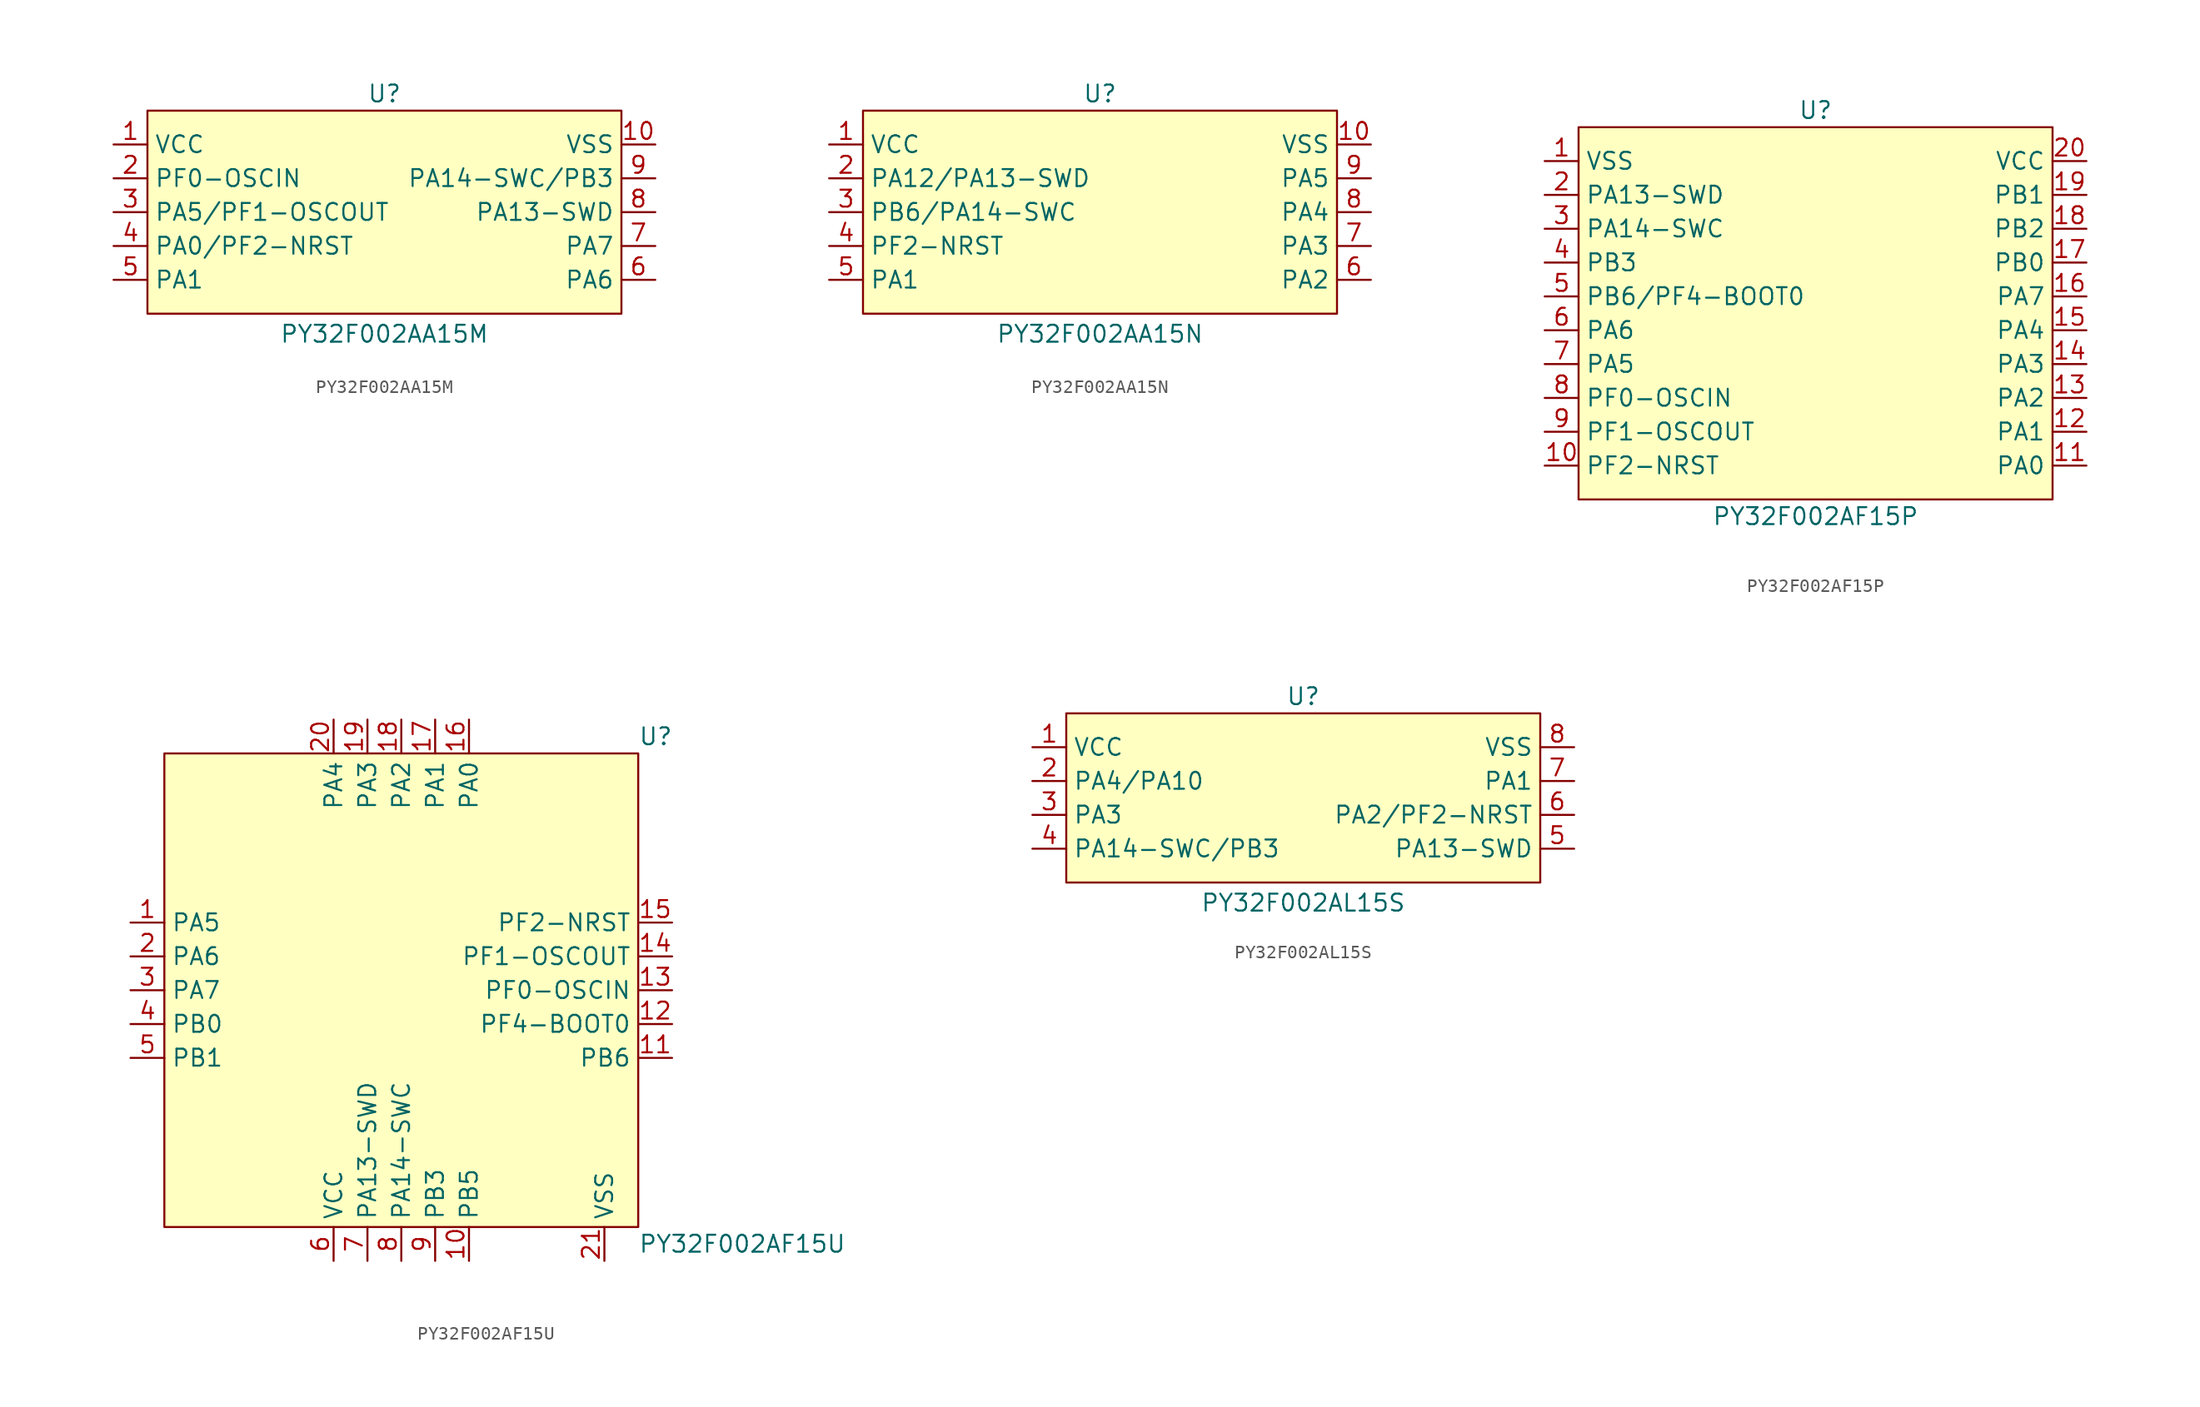
<source format=kicad_sym>
(kicad_symbol_lib
  (version 20241209)
  (generator "kicad_symbol_editor")
  (generator_version "9.0")
  (symbol "PY32F002AA15M"
    (property "Reference" "U"
      (at 0 8.89 0)
      (effects (font (size 1.27 1.27))))
    (property "Value" "PY32F002AA15M"
      (at 0 -9.144 0)
      (effects (font (size 1.27 1.27))))
    (symbol "PY32F002AA15M_0_0"
      (pin unspecified line (at -20.32 5.08 0) (length 2.54) (name "VCC" (effects (font (size 1.27 1.27)))) (number "1" (effects (font (size 1.27 1.27)))))
      (pin unspecified line (at -20.32 2.54 0) (length 2.54) (name "PF0-OSCIN" (effects (font (size 1.27 1.27)))) (number "2" (effects (font (size 1.27 1.27)))))
      (pin unspecified line (at -20.32 0 0) (length 2.54) (name "PA5/PF1-OSCOUT" (effects (font (size 1.27 1.27)))) (number "3" (effects (font (size 1.27 1.27)))))
      (pin unspecified line (at -20.32 -2.54 0) (length 2.54) (name "PA0/PF2-NRST" (effects (font (size 1.27 1.27)))) (number "4" (effects (font (size 1.27 1.27)))))
      (pin unspecified line (at -20.32 -5.08 0) (length 2.54) (name "PA1" (effects (font (size 1.27 1.27)))) (number "5" (effects (font (size 1.27 1.27)))))
      (pin unspecified line (at 20.32 5.08 180) (length 2.54) (name "VSS" (effects (font (size 1.27 1.27)))) (number "10" (effects (font (size 1.27 1.27)))))
      (pin unspecified line (at 20.32 2.54 180) (length 2.54) (name "PA14-SWC/PB3" (effects (font (size 1.27 1.27)))) (number "9" (effects (font (size 1.27 1.27)))))
      (pin unspecified line (at 20.32 0 180) (length 2.54) (name "PA13-SWD" (effects (font (size 1.27 1.27)))) (number "8" (effects (font (size 1.27 1.27)))))
      (pin unspecified line (at 20.32 -2.54 180) (length 2.54) (name "PA7" (effects (font (size 1.27 1.27)))) (number "7" (effects (font (size 1.27 1.27)))))
      (pin unspecified line (at 20.32 -5.08 180) (length 2.54) (name "PA6" (effects (font (size 1.27 1.27)))) (number "6" (effects (font (size 1.27 1.27))))))
    (symbol "PY32F002AA15M_1_1"
      (rectangle (start -17.78 7.62) (end 17.78 -7.62) (stroke (width 0) (type solid)) (fill (type background)))))
  (symbol "PY32F002AA15N"
    (property "Reference" "U"
      (at 0 8.89 0)
      (effects (font (size 1.27 1.27))))
    (property "Value" "PY32F002AA15N"
      (at 0 -9.144 0)
      (effects (font (size 1.27 1.27))))
    (symbol "PY32F002AA15N_0_0"
      (pin unspecified line (at -20.32 5.08 0) (length 2.54) (name "VCC" (effects (font (size 1.27 1.27)))) (number "1" (effects (font (size 1.27 1.27)))))
      (pin unspecified line (at -20.32 2.54 0) (length 2.54) (name "PA12/PA13-SWD" (effects (font (size 1.27 1.27)))) (number "2" (effects (font (size 1.27 1.27)))))
      (pin unspecified line (at -20.32 0 0) (length 2.54) (name "PB6/PA14-SWC" (effects (font (size 1.27 1.27)))) (number "3" (effects (font (size 1.27 1.27)))))
      (pin unspecified line (at -20.32 -2.54 0) (length 2.54) (name "PF2-NRST" (effects (font (size 1.27 1.27)))) (number "4" (effects (font (size 1.27 1.27)))))
      (pin unspecified line (at -20.32 -5.08 0) (length 2.54) (name "PA1" (effects (font (size 1.27 1.27)))) (number "5" (effects (font (size 1.27 1.27)))))
      (pin unspecified line (at 20.32 5.08 180) (length 2.54) (name "VSS" (effects (font (size 1.27 1.27)))) (number "10" (effects (font (size 1.27 1.27)))))
      (pin unspecified line (at 20.32 2.54 180) (length 2.54) (name "PA5" (effects (font (size 1.27 1.27)))) (number "9" (effects (font (size 1.27 1.27)))))
      (pin unspecified line (at 20.32 0 180) (length 2.54) (name "PA4" (effects (font (size 1.27 1.27)))) (number "8" (effects (font (size 1.27 1.27)))))
      (pin unspecified line (at 20.32 -2.54 180) (length 2.54) (name "PA3" (effects (font (size 1.27 1.27)))) (number "7" (effects (font (size 1.27 1.27)))))
      (pin unspecified line (at 20.32 -5.08 180) (length 2.54) (name "PA2" (effects (font (size 1.27 1.27)))) (number "6" (effects (font (size 1.27 1.27))))))
    (symbol "PY32F002AA15N_1_1"
      (rectangle (start -17.78 7.62) (end 17.78 -7.62) (stroke (width 0) (type solid)) (fill (type background)))))
  (symbol "PY32F002AF15P"
    (property "Reference" "U"
      (at 0 15.24 0)
      (effects (font (size 1.27 1.27))))
    (property "Value" "PY32F002AF15P"
      (at 0 -15.24 0)
      (effects (font (size 1.27 1.27))))
    (symbol "PY32F002AF15P_0_0"
      (pin unspecified line (at -20.32 11.43 0) (length 2.54) (name "VSS" (effects (font (size 1.27 1.27)))) (number "1" (effects (font (size 1.27 1.27)))))
      (pin unspecified line (at -20.32 8.89 0) (length 2.54) (name "PA13-SWD" (effects (font (size 1.27 1.27)))) (number "2" (effects (font (size 1.27 1.27)))))
      (pin unspecified line (at -20.32 6.35 0) (length 2.54) (name "PA14-SWC" (effects (font (size 1.27 1.27)))) (number "3" (effects (font (size 1.27 1.27)))))
      (pin unspecified line (at -20.32 3.81 0) (length 2.54) (name "PB3" (effects (font (size 1.27 1.27)))) (number "4" (effects (font (size 1.27 1.27)))))
      (pin unspecified line (at -20.32 1.27 0) (length 2.54) (name "PB6/PF4-BOOT0" (effects (font (size 1.27 1.27)))) (number "5" (effects (font (size 1.27 1.27)))))
      (pin unspecified line (at -20.32 -1.27 0) (length 2.54) (name "PA6" (effects (font (size 1.27 1.27)))) (number "6" (effects (font (size 1.27 1.27)))))
      (pin unspecified line (at -20.32 -3.81 0) (length 2.54) (name "PA5" (effects (font (size 1.27 1.27)))) (number "7" (effects (font (size 1.27 1.27)))))
      (pin unspecified line (at -20.32 -6.35 0) (length 2.54) (name "PF0-OSCIN" (effects (font (size 1.27 1.27)))) (number "8" (effects (font (size 1.27 1.27)))))
      (pin unspecified line (at -20.32 -8.89 0) (length 2.54) (name "PF1-OSCOUT" (effects (font (size 1.27 1.27)))) (number "9" (effects (font (size 1.27 1.27)))))
      (pin unspecified line (at -20.32 -11.43 0) (length 2.54) (name "PF2-NRST" (effects (font (size 1.27 1.27)))) (number "10" (effects (font (size 1.27 1.27)))))
      (pin unspecified line (at 20.32 11.43 180) (length 2.54) (name "VCC" (effects (font (size 1.27 1.27)))) (number "20" (effects (font (size 1.27 1.27)))))
      (pin unspecified line (at 20.32 8.89 180) (length 2.54) (name "PB1" (effects (font (size 1.27 1.27)))) (number "19" (effects (font (size 1.27 1.27)))))
      (pin unspecified line (at 20.32 6.35 180) (length 2.54) (name "PB2" (effects (font (size 1.27 1.27)))) (number "18" (effects (font (size 1.27 1.27)))))
      (pin unspecified line (at 20.32 3.81 180) (length 2.54) (name "PB0" (effects (font (size 1.27 1.27)))) (number "17" (effects (font (size 1.27 1.27)))))
      (pin unspecified line (at 20.32 1.27 180) (length 2.54) (name "PA7" (effects (font (size 1.27 1.27)))) (number "16" (effects (font (size 1.27 1.27)))))
      (pin unspecified line (at 20.32 -1.27 180) (length 2.54) (name "PA4" (effects (font (size 1.27 1.27)))) (number "15" (effects (font (size 1.27 1.27)))))
      (pin unspecified line (at 20.32 -3.81 180) (length 2.54) (name "PA3" (effects (font (size 1.27 1.27)))) (number "14" (effects (font (size 1.27 1.27)))))
      (pin unspecified line (at 20.32 -6.35 180) (length 2.54) (name "PA2" (effects (font (size 1.27 1.27)))) (number "13" (effects (font (size 1.27 1.27)))))
      (pin unspecified line (at 20.32 -8.89 180) (length 2.54) (name "PA1" (effects (font (size 1.27 1.27)))) (number "12" (effects (font (size 1.27 1.27)))))
      (pin unspecified line (at 20.32 -11.43 180) (length 2.54) (name "PA0" (effects (font (size 1.27 1.27)))) (number "11" (effects (font (size 1.27 1.27))))))
    (symbol "PY32F002AF15P_1_1"
      (rectangle (start -17.78 13.97) (end 17.78 -13.97) (stroke (width 0) (type solid)) (fill (type background)))))
  (symbol "PY32F002AF15U"
    (property "Reference" "U"
      (at 17.78 19.05 0)
      (effects (font (size 1.27 1.27)) (justify left)))
    (property "Value" "PY32F002AF15U"
      (at 17.78 -19.05 0)
      (effects (font (size 1.27 1.27)) (justify left)))
    (symbol "PY32F002AF15U_0_0"
      (pin unspecified line (at -20.32 5.08 0) (length 2.54) (name "PA5" (effects (font (size 1.27 1.27)))) (number "1" (effects (font (size 1.27 1.27)))))
      (pin unspecified line (at -20.32 2.54 0) (length 2.54) (name "PA6" (effects (font (size 1.27 1.27)))) (number "2" (effects (font (size 1.27 1.27)))))
      (pin unspecified line (at -20.32 0 0) (length 2.54) (name "PA7" (effects (font (size 1.27 1.27)))) (number "3" (effects (font (size 1.27 1.27)))))
      (pin unspecified line (at -20.32 -2.54 0) (length 2.54) (name "PB0" (effects (font (size 1.27 1.27)))) (number "4" (effects (font (size 1.27 1.27)))))
      (pin unspecified line (at -20.32 -5.08 0) (length 2.54) (name "PB1" (effects (font (size 1.27 1.27)))) (number "5" (effects (font (size 1.27 1.27)))))
      (pin unspecified line (at -5.08 20.32 270) (length 2.54) (name "PA4" (effects (font (size 1.27 1.27)))) (number "20" (effects (font (size 1.27 1.27)))))
      (pin unspecified line (at -5.08 -20.32 90) (length 2.54) (name "VCC" (effects (font (size 1.27 1.27)))) (number "6" (effects (font (size 1.27 1.27)))))
      (pin unspecified line (at -2.54 20.32 270) (length 2.54) (name "PA3" (effects (font (size 1.27 1.27)))) (number "19" (effects (font (size 1.27 1.27)))))
      (pin unspecified line (at -2.54 -20.32 90) (length 2.54) (name "PA13-SWD" (effects (font (size 1.27 1.27)))) (number "7" (effects (font (size 1.27 1.27)))))
      (pin unspecified line (at 0 20.32 270) (length 2.54) (name "PA2" (effects (font (size 1.27 1.27)))) (number "18" (effects (font (size 1.27 1.27)))))
      (pin unspecified line (at 0 -20.32 90) (length 2.54) (name "PA14-SWC" (effects (font (size 1.27 1.27)))) (number "8" (effects (font (size 1.27 1.27)))))
      (pin unspecified line (at 2.54 20.32 270) (length 2.54) (name "PA1" (effects (font (size 1.27 1.27)))) (number "17" (effects (font (size 1.27 1.27)))))
      (pin unspecified line (at 2.54 -20.32 90) (length 2.54) (name "PB3" (effects (font (size 1.27 1.27)))) (number "9" (effects (font (size 1.27 1.27)))))
      (pin unspecified line (at 5.08 20.32 270) (length 2.54) (name "PA0" (effects (font (size 1.27 1.27)))) (number "16" (effects (font (size 1.27 1.27)))))
      (pin unspecified line (at 5.08 -20.32 90) (length 2.54) (name "PB5" (effects (font (size 1.27 1.27)))) (number "10" (effects (font (size 1.27 1.27)))))
      (pin unspecified line (at 20.32 5.08 180) (length 2.54) (name "PF2-NRST" (effects (font (size 1.27 1.27)))) (number "15" (effects (font (size 1.27 1.27)))))
      (pin unspecified line (at 20.32 2.54 180) (length 2.54) (name "PF1-OSCOUT" (effects (font (size 1.27 1.27)))) (number "14" (effects (font (size 1.27 1.27)))))
      (pin unspecified line (at 20.32 0 180) (length 2.54) (name "PF0-OSCIN" (effects (font (size 1.27 1.27)))) (number "13" (effects (font (size 1.27 1.27)))))
      (pin unspecified line (at 20.32 -2.54 180) (length 2.54) (name "PF4-BOOT0" (effects (font (size 1.27 1.27)))) (number "12" (effects (font (size 1.27 1.27)))))
      (pin unspecified line (at 20.32 -5.08 180) (length 2.54) (name "PB6" (effects (font (size 1.27 1.27)))) (number "11" (effects (font (size 1.27 1.27))))))
    (symbol "PY32F002AF15U_1_0"
      (pin unspecified line (at 15.24 -20.32 90) (length 2.54) (name "VSS" (effects (font (size 1.27 1.27)))) (number "21" (effects (font (size 1.27 1.27))))))
    (symbol "PY32F002AF15U_1_1"
      (rectangle (start -17.78 17.78) (end 17.78 -17.78) (stroke (width 0) (type solid)) (fill (type background)))))
  (symbol "PY32F002AL15S"
    (property "Reference" "U"
      (at 0 7.62 0)
      (effects (font (size 1.27 1.27))))
    (property "Value" "PY32F002AL15S"
      (at 0 -7.874 0)
      (effects (font (size 1.27 1.27))))
    (symbol "PY32F002AL15S_0_0"
      (pin unspecified line (at -20.32 -1.27 0) (length 2.54) (name "PA3" (effects (font (size 1.27 1.27)))) (number "3" (effects (font (size 1.27 1.27)))))
      (pin unspecified line (at -20.32 -3.81 0) (length 2.54) (name "PA14-SWC/PB3" (effects (font (size 1.27 1.27)))) (number "4" (effects (font (size 1.27 1.27)))))
      (pin unspecified line (at 20.32 3.81 180) (length 2.54) (name "VSS" (effects (font (size 1.27 1.27)))) (number "8" (effects (font (size 1.27 1.27)))))
      (pin unspecified line (at 20.32 1.27 180) (length 2.54) (name "PA1" (effects (font (size 1.27 1.27)))) (number "7" (effects (font (size 1.27 1.27)))))
      (pin unspecified line (at 20.32 -1.27 180) (length 2.54) (name "PA2/PF2-NRST" (effects (font (size 1.27 1.27)))) (number "6" (effects (font (size 1.27 1.27)))))
      (pin unspecified line (at 20.32 -3.81 180) (length 2.54) (name "PA13-SWD" (effects (font (size 1.27 1.27)))) (number "5" (effects (font (size 1.27 1.27))))))
    (symbol "PY32F002AL15S_1_0"
      (pin unspecified line (at -20.32 3.81 0) (length 2.54) (name "VCC" (effects (font (size 1.27 1.27)))) (number "1" (effects (font (size 1.27 1.27)))))
      (pin unspecified line (at -20.32 1.27 0) (length 2.54) (name "PA4/PA10" (effects (font (size 1.27 1.27)))) (number "2" (effects (font (size 1.27 1.27))))))
    (symbol "PY32F002AL15S_1_1"
      (rectangle (start -17.78 6.35) (end 17.78 -6.35) (stroke (width 0) (type solid)) (fill (type background))))))
</source>
